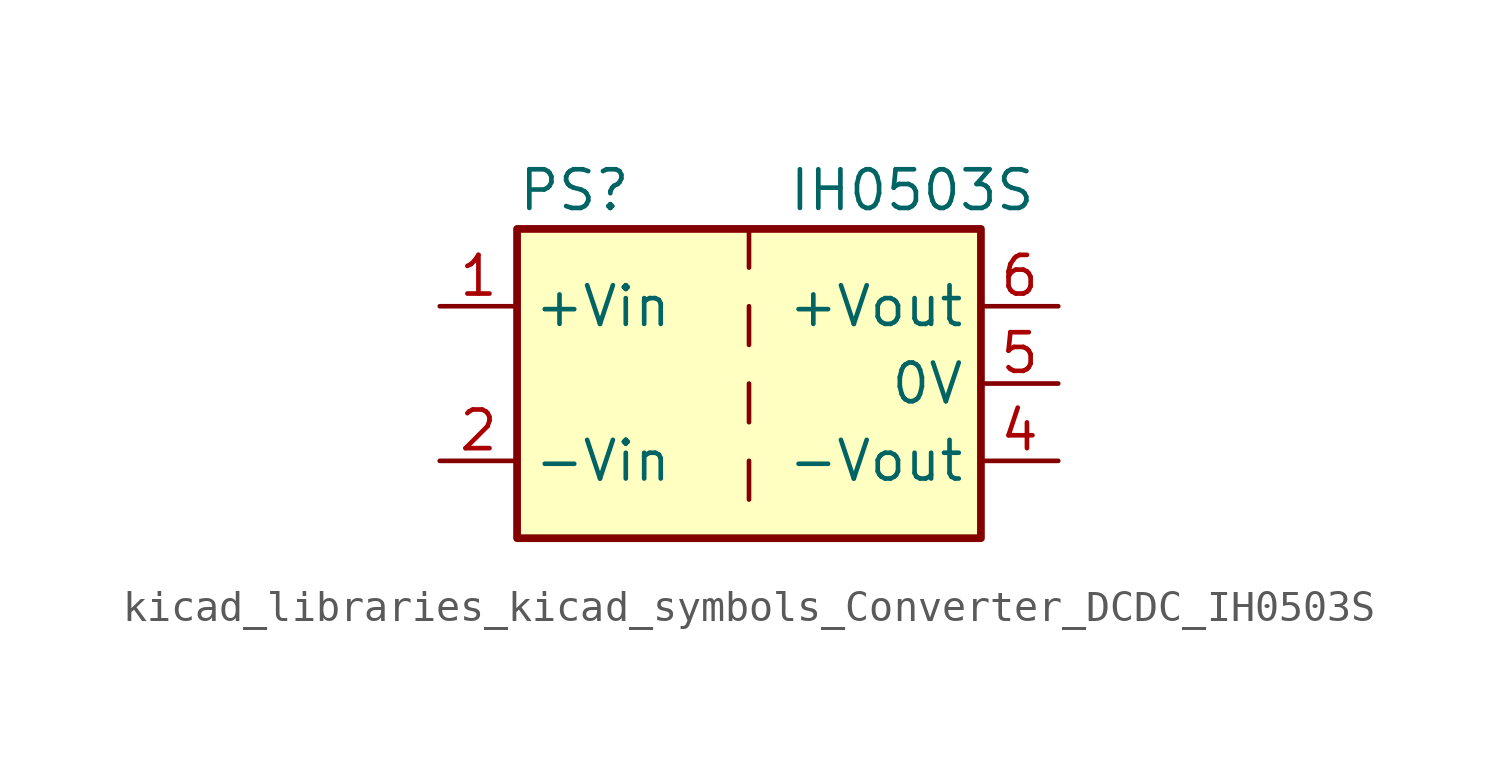
<source format=kicad_sym>
(kicad_symbol_lib
  (version 20220914)
  (generator kicad_symbol_editor)
  (symbol "kicad_libraries_kicad_symbols_Converter_DCDC_IH0503S"
    (property "Reference" "PS"
      (at -7.62 6.35 0)
      (effects (font (size 1.27 1.27)) (justify left)))
    (property "Value" "IH0503S"
      (at 1.27 6.35 0)
      (effects (font (size 1.27 1.27)) (justify left)))
    (symbol "kicad_libraries_kicad_symbols_Converter_DCDC_IH0503S_0_0"
      (pin power_in line (at -10.16 2.54 0) (length 2.54) (name "+Vin" (effects (font (size 1.27 1.27)))) (number "1" (effects (font (size 1.27 1.27)))))
      (pin power_in line (at -10.16 -2.54 0) (length 2.54) (name "-Vin" (effects (font (size 1.27 1.27)))) (number "2" (effects (font (size 1.27 1.27)))))
      (pin power_out line (at 10.16 -2.54 180) (length 2.54) (name "-Vout" (effects (font (size 1.27 1.27)))) (number "4" (effects (font (size 1.27 1.27)))))
      (pin power_out line (at 10.16 0 180) (length 2.54) (name "0V" (effects (font (size 1.27 1.27)))) (number "5" (effects (font (size 1.27 1.27)))))
      (pin power_out line (at 10.16 2.54 180) (length 2.54) (name "+Vout" (effects (font (size 1.27 1.27)))) (number "6" (effects (font (size 1.27 1.27))))))
    (symbol "kicad_libraries_kicad_symbols_Converter_DCDC_IH0503S_0_1"
      (rectangle (start -7.62 5.08) (end 7.62 -5.08) (stroke (width 0.254) (type default)) (fill (type background)))
      (polyline (pts (xy 0 -2.54) (xy 0 -3.81)) (stroke (width 0) (type default)) (fill (type none)))
      (polyline (pts (xy 0 0) (xy 0 -1.27)) (stroke (width 0) (type default)) (fill (type none)))
      (polyline (pts (xy 0 2.54) (xy 0 1.27)) (stroke (width 0) (type default)) (fill (type none)))
      (polyline (pts (xy 0 5.08) (xy 0 3.81)) (stroke (width 0) (type default)) (fill (type none))))))
</source>
